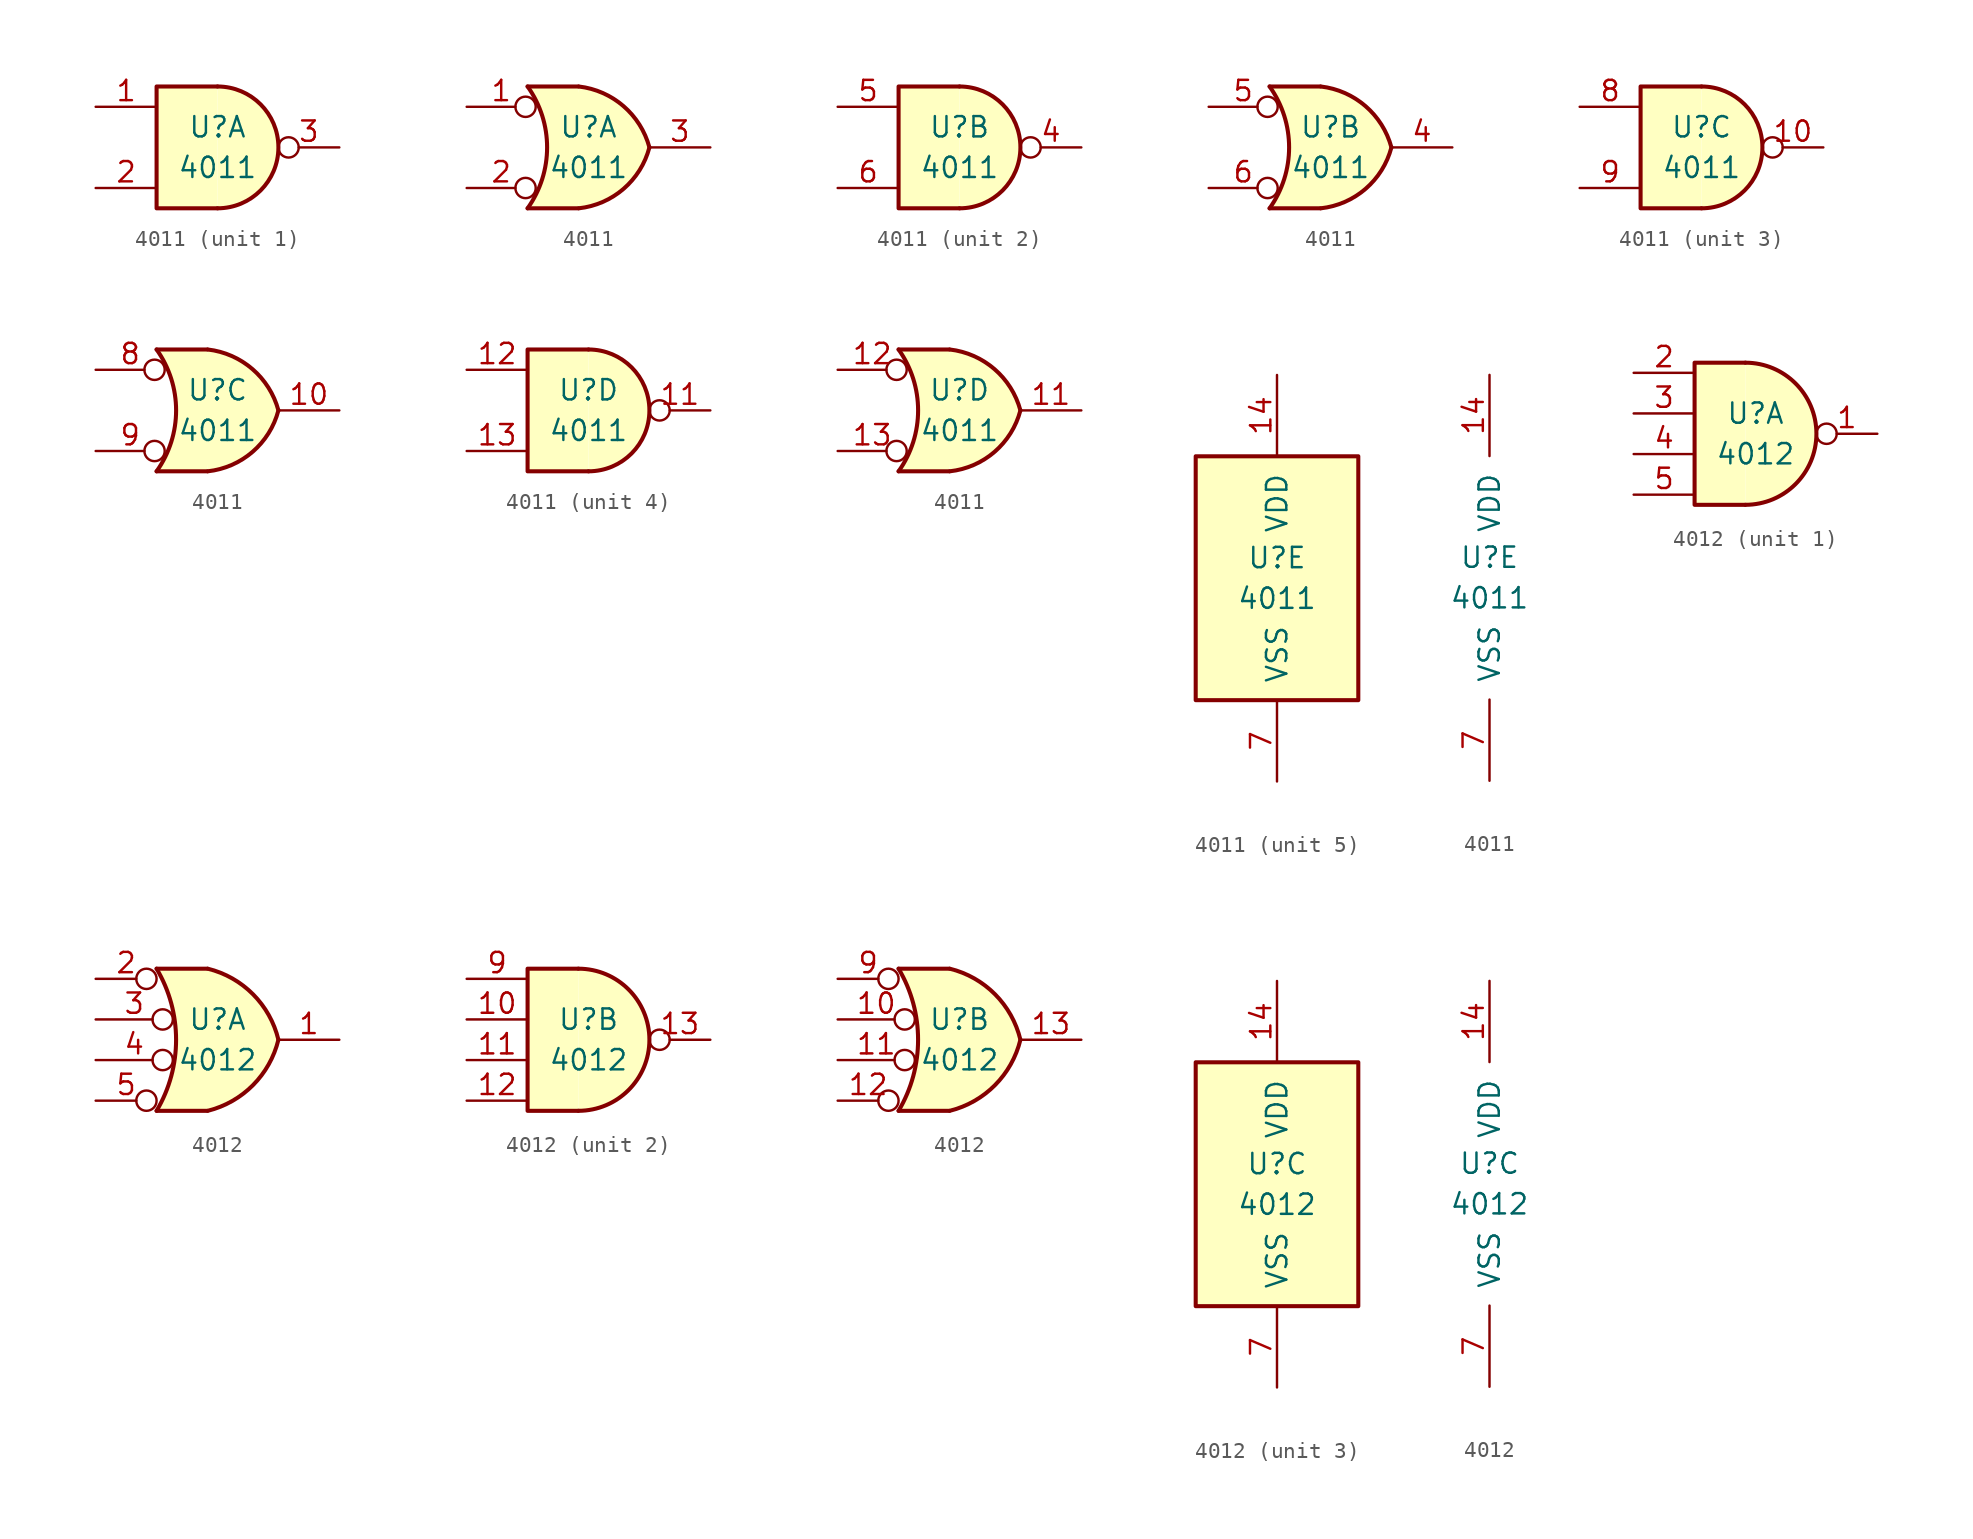
<source format=kicad_sym>
(kicad_symbol_lib
  (version 20201005)
  (generator kicad_symbol_editor)
  (symbol "4011"
    (pin_names
      (offset 1.016))
    (property "Reference" "U"
      (at 0 1.27 0)
      (effects (font (size 1.27 1.27))))
    (property "Value" "4011"
      (at 0 -1.27 0)
      (effects (font (size 1.27 1.27))))
    (property "ki_locked" ""
      (at 0 0 0)
      (effects (font (size 1.27 1.27))))
    (symbol "4011_1_1"
      (arc (start 0 -3.81) (end 0 3.81) (radius (at 0 0) (length 3.81) (angles -89.9 89.9)) (stroke (width 0.254)) (fill (type background)))
      (polyline (pts (xy 0 3.81) (xy -3.81 3.81) (xy -3.81 -3.81) (xy 0 -3.81)) (stroke (width 0.254)) (fill (type background)))
      (pin input line (at -7.62 2.54 0) (length 3.81) (name "~" (effects (font (size 1.27 1.27)))) (number "1" (effects (font (size 1.27 1.27)))))
      (pin input line (at -7.62 -2.54 0) (length 3.81) (name "~" (effects (font (size 1.27 1.27)))) (number "2" (effects (font (size 1.27 1.27)))))
      (pin output inverted (at 7.62 0 180) (length 3.81) (name "~" (effects (font (size 1.27 1.27)))) (number "3" (effects (font (size 1.27 1.27))))))
    (symbol "4011_1_2"
      (arc (start -3.81 3.81) (end -3.81 -3.81) (radius (at -9.144 0) (length 6.5532) (angles 35.4 -35.4)) (stroke (width 0.254)) (fill (type none)))
      (arc (start 3.81 0) (end -0.6096 3.81) (radius (at -1.1938 -1.3208) (length 5.1816) (angles 15 83.7)) (stroke (width 0.254)) (fill (type background)))
      (arc (start 3.81 0) (end -0.6096 -3.81) (radius (at -1.1938 1.3208) (length 5.1816) (angles -15 -83.7)) (stroke (width 0.254)) (fill (type background)))
      (polyline (pts (xy -3.81 -3.81) (xy -0.635 -3.81)) (stroke (width 0.254)) (fill (type background)))
      (polyline (pts (xy -3.81 3.81) (xy -0.635 3.81)) (stroke (width 0.254)) (fill (type background)))
      (polyline (pts (xy -0.635 3.81) (xy -3.81 3.81) (xy -3.81 3.81) (xy -3.556 3.404) (xy -3.023 2.261) (xy -2.692 1.041) (xy -2.616 -0.254) (xy -2.769 -1.499) (xy -3.175 -2.718) (xy -3.81 -3.81) (xy -3.81 -3.81) (xy -0.635 -3.81)) (stroke (width -25.4)) (fill (type background)))
      (pin input inverted (at -7.62 2.54 0) (length 4.318) (name "~" (effects (font (size 1.27 1.27)))) (number "1" (effects (font (size 1.27 1.27)))))
      (pin input inverted (at -7.62 -2.54 0) (length 4.318) (name "~" (effects (font (size 1.27 1.27)))) (number "2" (effects (font (size 1.27 1.27)))))
      (pin output line (at 7.62 0 180) (length 3.81) (name "~" (effects (font (size 1.27 1.27)))) (number "3" (effects (font (size 1.27 1.27))))))
    (symbol "4011_2_1"
      (arc (start 0 -3.81) (end 0 3.81) (radius (at 0 0) (length 3.81) (angles -89.9 89.9)) (stroke (width 0.254)) (fill (type background)))
      (polyline (pts (xy 0 3.81) (xy -3.81 3.81) (xy -3.81 -3.81) (xy 0 -3.81)) (stroke (width 0.254)) (fill (type background)))
      (pin output inverted (at 7.62 0 180) (length 3.81) (name "~" (effects (font (size 1.27 1.27)))) (number "4" (effects (font (size 1.27 1.27)))))
      (pin input line (at -7.62 2.54 0) (length 3.81) (name "~" (effects (font (size 1.27 1.27)))) (number "5" (effects (font (size 1.27 1.27)))))
      (pin input line (at -7.62 -2.54 0) (length 3.81) (name "~" (effects (font (size 1.27 1.27)))) (number "6" (effects (font (size 1.27 1.27))))))
    (symbol "4011_2_2"
      (arc (start -3.81 3.81) (end -3.81 -3.81) (radius (at -9.144 0) (length 6.5532) (angles 35.4 -35.4)) (stroke (width 0.254)) (fill (type none)))
      (arc (start 3.81 0) (end -0.6096 3.81) (radius (at -1.1938 -1.3208) (length 5.1816) (angles 15 83.7)) (stroke (width 0.254)) (fill (type background)))
      (arc (start 3.81 0) (end -0.6096 -3.81) (radius (at -1.1938 1.3208) (length 5.1816) (angles -15 -83.7)) (stroke (width 0.254)) (fill (type background)))
      (polyline (pts (xy -3.81 -3.81) (xy -0.635 -3.81)) (stroke (width 0.254)) (fill (type background)))
      (polyline (pts (xy -3.81 3.81) (xy -0.635 3.81)) (stroke (width 0.254)) (fill (type background)))
      (polyline (pts (xy -0.635 3.81) (xy -3.81 3.81) (xy -3.81 3.81) (xy -3.556 3.404) (xy -3.023 2.261) (xy -2.692 1.041) (xy -2.616 -0.254) (xy -2.769 -1.499) (xy -3.175 -2.718) (xy -3.81 -3.81) (xy -3.81 -3.81) (xy -0.635 -3.81)) (stroke (width -25.4)) (fill (type background)))
      (pin output line (at 7.62 0 180) (length 3.81) (name "~" (effects (font (size 1.27 1.27)))) (number "4" (effects (font (size 1.27 1.27)))))
      (pin input inverted (at -7.62 2.54 0) (length 4.318) (name "~" (effects (font (size 1.27 1.27)))) (number "5" (effects (font (size 1.27 1.27)))))
      (pin input inverted (at -7.62 -2.54 0) (length 4.318) (name "~" (effects (font (size 1.27 1.27)))) (number "6" (effects (font (size 1.27 1.27))))))
    (symbol "4011_3_1"
      (arc (start 0 -3.81) (end 0 3.81) (radius (at 0 0) (length 3.81) (angles -89.9 89.9)) (stroke (width 0.254)) (fill (type background)))
      (polyline (pts (xy 0 3.81) (xy -3.81 3.81) (xy -3.81 -3.81) (xy 0 -3.81)) (stroke (width 0.254)) (fill (type background)))
      (pin output inverted (at 7.62 0 180) (length 3.81) (name "~" (effects (font (size 1.27 1.27)))) (number "10" (effects (font (size 1.27 1.27)))))
      (pin input line (at -7.62 2.54 0) (length 3.81) (name "~" (effects (font (size 1.27 1.27)))) (number "8" (effects (font (size 1.27 1.27)))))
      (pin input line (at -7.62 -2.54 0) (length 3.81) (name "~" (effects (font (size 1.27 1.27)))) (number "9" (effects (font (size 1.27 1.27))))))
    (symbol "4011_3_2"
      (arc (start -3.81 3.81) (end -3.81 -3.81) (radius (at -9.144 0) (length 6.5532) (angles 35.4 -35.4)) (stroke (width 0.254)) (fill (type none)))
      (arc (start 3.81 0) (end -0.6096 3.81) (radius (at -1.1938 -1.3208) (length 5.1816) (angles 15 83.7)) (stroke (width 0.254)) (fill (type background)))
      (arc (start 3.81 0) (end -0.6096 -3.81) (radius (at -1.1938 1.3208) (length 5.1816) (angles -15 -83.7)) (stroke (width 0.254)) (fill (type background)))
      (polyline (pts (xy -3.81 -3.81) (xy -0.635 -3.81)) (stroke (width 0.254)) (fill (type background)))
      (polyline (pts (xy -3.81 3.81) (xy -0.635 3.81)) (stroke (width 0.254)) (fill (type background)))
      (polyline (pts (xy -0.635 3.81) (xy -3.81 3.81) (xy -3.81 3.81) (xy -3.556 3.404) (xy -3.023 2.261) (xy -2.692 1.041) (xy -2.616 -0.254) (xy -2.769 -1.499) (xy -3.175 -2.718) (xy -3.81 -3.81) (xy -3.81 -3.81) (xy -0.635 -3.81)) (stroke (width -25.4)) (fill (type background)))
      (pin output line (at 7.62 0 180) (length 3.81) (name "~" (effects (font (size 1.27 1.27)))) (number "10" (effects (font (size 1.27 1.27)))))
      (pin input inverted (at -7.62 2.54 0) (length 4.318) (name "~" (effects (font (size 1.27 1.27)))) (number "8" (effects (font (size 1.27 1.27)))))
      (pin input inverted (at -7.62 -2.54 0) (length 4.318) (name "~" (effects (font (size 1.27 1.27)))) (number "9" (effects (font (size 1.27 1.27))))))
    (symbol "4011_4_1"
      (arc (start 0 -3.81) (end 0 3.81) (radius (at 0 0) (length 3.81) (angles -89.9 89.9)) (stroke (width 0.254)) (fill (type background)))
      (polyline (pts (xy 0 3.81) (xy -3.81 3.81) (xy -3.81 -3.81) (xy 0 -3.81)) (stroke (width 0.254)) (fill (type background)))
      (pin output inverted (at 7.62 0 180) (length 3.81) (name "~" (effects (font (size 1.27 1.27)))) (number "11" (effects (font (size 1.27 1.27)))))
      (pin input line (at -7.62 2.54 0) (length 3.81) (name "~" (effects (font (size 1.27 1.27)))) (number "12" (effects (font (size 1.27 1.27)))))
      (pin input line (at -7.62 -2.54 0) (length 3.81) (name "~" (effects (font (size 1.27 1.27)))) (number "13" (effects (font (size 1.27 1.27))))))
    (symbol "4011_4_2"
      (arc (start -3.81 3.81) (end -3.81 -3.81) (radius (at -9.144 0) (length 6.5532) (angles 35.4 -35.4)) (stroke (width 0.254)) (fill (type none)))
      (arc (start 3.81 0) (end -0.6096 3.81) (radius (at -1.1938 -1.3208) (length 5.1816) (angles 15 83.7)) (stroke (width 0.254)) (fill (type background)))
      (arc (start 3.81 0) (end -0.6096 -3.81) (radius (at -1.1938 1.3208) (length 5.1816) (angles -15 -83.7)) (stroke (width 0.254)) (fill (type background)))
      (polyline (pts (xy -3.81 -3.81) (xy -0.635 -3.81)) (stroke (width 0.254)) (fill (type background)))
      (polyline (pts (xy -3.81 3.81) (xy -0.635 3.81)) (stroke (width 0.254)) (fill (type background)))
      (polyline (pts (xy -0.635 3.81) (xy -3.81 3.81) (xy -3.81 3.81) (xy -3.556 3.404) (xy -3.023 2.261) (xy -2.692 1.041) (xy -2.616 -0.254) (xy -2.769 -1.499) (xy -3.175 -2.718) (xy -3.81 -3.81) (xy -3.81 -3.81) (xy -0.635 -3.81)) (stroke (width -25.4)) (fill (type background)))
      (pin output line (at 7.62 0 180) (length 3.81) (name "~" (effects (font (size 1.27 1.27)))) (number "11" (effects (font (size 1.27 1.27)))))
      (pin input inverted (at -7.62 2.54 0) (length 4.318) (name "~" (effects (font (size 1.27 1.27)))) (number "12" (effects (font (size 1.27 1.27)))))
      (pin input inverted (at -7.62 -2.54 0) (length 4.318) (name "~" (effects (font (size 1.27 1.27)))) (number "13" (effects (font (size 1.27 1.27))))))
    (symbol "4011_5_0"
      (pin power_in line (at 0 12.7 270) (length 5.08) (name "VDD" (effects (font (size 1.27 1.27)))) (number "14" (effects (font (size 1.27 1.27)))))
      (pin power_in line (at 0 -12.7 90) (length 5.08) (name "VSS" (effects (font (size 1.27 1.27)))) (number "7" (effects (font (size 1.27 1.27))))))
    (symbol "4011_5_1"
      (rectangle (start -5.08 7.62) (end 5.08 -7.62) (stroke (width 0.254)) (fill (type background)))))
  (symbol "4012"
    (pin_names
      (offset 1.016))
    (property "Reference" "U"
      (at 0 1.27 0)
      (effects (font (size 1.27 1.27))))
    (property "Value" "4012"
      (at 0 -1.27 0)
      (effects (font (size 1.27 1.27))))
    (property "ki_locked" ""
      (at 0 0 0)
      (effects (font (size 1.27 1.27))))
    (symbol "4012_1_1"
      (arc (start -0.635 -4.445) (end -0.635 4.445) (radius (at -0.635 0) (length 4.445) (angles -89.9 89.9)) (stroke (width 0.254)) (fill (type background)))
      (polyline (pts (xy -0.635 4.445) (xy -3.81 4.445) (xy -3.81 -4.445) (xy -0.635 -4.445)) (stroke (width 0.254)) (fill (type background)))
      (pin output inverted (at 7.62 0 180) (length 3.81) (name "~" (effects (font (size 1.27 1.27)))) (number "1" (effects (font (size 1.27 1.27)))))
      (pin input line (at -7.62 3.81 0) (length 3.81) (name "~" (effects (font (size 1.27 1.27)))) (number "2" (effects (font (size 1.27 1.27)))))
      (pin input line (at -7.62 1.27 0) (length 3.81) (name "~" (effects (font (size 1.27 1.27)))) (number "3" (effects (font (size 1.27 1.27)))))
      (pin input line (at -7.62 -1.27 0) (length 3.81) (name "~" (effects (font (size 1.27 1.27)))) (number "4" (effects (font (size 1.27 1.27)))))
      (pin input line (at -7.62 -3.81 0) (length 3.81) (name "~" (effects (font (size 1.27 1.27)))) (number "5" (effects (font (size 1.27 1.27))))))
    (symbol "4012_1_2"
      (arc (start -3.81 4.445) (end -3.81 -4.445) (radius (at -11.303 0) (length 8.7122) (angles 30.6 -30.6)) (stroke (width 0.254)) (fill (type none)))
      (arc (start 3.81 0) (end -0.6096 4.445) (radius (at -2.0574 -1.4224) (length 6.0452) (angles 13.7 76.8)) (stroke (width 0.254)) (fill (type background)))
      (arc (start 3.81 0) (end -0.6096 -4.445) (radius (at -2.0574 1.4224) (length 6.0452) (angles -13.7 -76.8)) (stroke (width 0.254)) (fill (type background)))
      (polyline (pts (xy -3.81 -4.445) (xy -0.635 -4.445)) (stroke (width 0.254)) (fill (type background)))
      (polyline (pts (xy -3.81 4.445) (xy -0.635 4.445)) (stroke (width 0.254)) (fill (type background)))
      (polyline (pts (xy -0.635 4.445) (xy -3.81 4.445) (xy -3.81 4.445) (xy -3.632 4.089) (xy -3.099 2.921) (xy -2.769 1.676) (xy -2.616 0.432) (xy -2.642 -0.864) (xy -2.87 -2.108) (xy -3.251 -3.327) (xy -3.81 -4.445) (xy -3.81 -4.445) (xy -0.635 -4.445)) (stroke (width -25.4)) (fill (type background)))
      (pin output line (at 7.62 0 180) (length 3.81) (name "~" (effects (font (size 1.27 1.27)))) (number "1" (effects (font (size 1.27 1.27)))))
      (pin input inverted (at -7.62 3.81 0) (length 3.81) (name "~" (effects (font (size 1.27 1.27)))) (number "2" (effects (font (size 1.27 1.27)))))
      (pin input inverted (at -7.62 1.27 0) (length 4.826) (name "~" (effects (font (size 1.27 1.27)))) (number "3" (effects (font (size 1.27 1.27)))))
      (pin input inverted (at -7.62 -1.27 0) (length 4.826) (name "~" (effects (font (size 1.27 1.27)))) (number "4" (effects (font (size 1.27 1.27)))))
      (pin input inverted (at -7.62 -3.81 0) (length 3.81) (name "~" (effects (font (size 1.27 1.27)))) (number "5" (effects (font (size 1.27 1.27))))))
    (symbol "4012_2_1"
      (arc (start -0.635 -4.445) (end -0.635 4.445) (radius (at -0.635 0) (length 4.445) (angles -89.9 89.9)) (stroke (width 0.254)) (fill (type background)))
      (polyline (pts (xy -0.635 4.445) (xy -3.81 4.445) (xy -3.81 -4.445) (xy -0.635 -4.445)) (stroke (width 0.254)) (fill (type background)))
      (pin input line (at -7.62 1.27 0) (length 3.81) (name "~" (effects (font (size 1.27 1.27)))) (number "10" (effects (font (size 1.27 1.27)))))
      (pin input line (at -7.62 -1.27 0) (length 3.81) (name "~" (effects (font (size 1.27 1.27)))) (number "11" (effects (font (size 1.27 1.27)))))
      (pin input line (at -7.62 -3.81 0) (length 3.81) (name "~" (effects (font (size 1.27 1.27)))) (number "12" (effects (font (size 1.27 1.27)))))
      (pin output inverted (at 7.62 0 180) (length 3.81) (name "~" (effects (font (size 1.27 1.27)))) (number "13" (effects (font (size 1.27 1.27)))))
      (pin input line (at -7.62 3.81 0) (length 3.81) (name "~" (effects (font (size 1.27 1.27)))) (number "9" (effects (font (size 1.27 1.27))))))
    (symbol "4012_2_2"
      (arc (start -3.81 4.445) (end -3.81 -4.445) (radius (at -11.303 0) (length 8.7122) (angles 30.6 -30.6)) (stroke (width 0.254)) (fill (type none)))
      (arc (start 3.81 0) (end -0.6096 4.445) (radius (at -2.0574 -1.4224) (length 6.0452) (angles 13.7 76.8)) (stroke (width 0.254)) (fill (type background)))
      (arc (start 3.81 0) (end -0.6096 -4.445) (radius (at -2.0574 1.4224) (length 6.0452) (angles -13.7 -76.8)) (stroke (width 0.254)) (fill (type background)))
      (polyline (pts (xy -3.81 -4.445) (xy -0.635 -4.445)) (stroke (width 0.254)) (fill (type background)))
      (polyline (pts (xy -3.81 4.445) (xy -0.635 4.445)) (stroke (width 0.254)) (fill (type background)))
      (polyline (pts (xy -0.635 4.445) (xy -3.81 4.445) (xy -3.81 4.445) (xy -3.632 4.089) (xy -3.099 2.921) (xy -2.769 1.676) (xy -2.616 0.432) (xy -2.642 -0.864) (xy -2.87 -2.108) (xy -3.251 -3.327) (xy -3.81 -4.445) (xy -3.81 -4.445) (xy -0.635 -4.445)) (stroke (width -25.4)) (fill (type background)))
      (pin input inverted (at -7.62 1.27 0) (length 4.826) (name "~" (effects (font (size 1.27 1.27)))) (number "10" (effects (font (size 1.27 1.27)))))
      (pin input inverted (at -7.62 -1.27 0) (length 4.826) (name "~" (effects (font (size 1.27 1.27)))) (number "11" (effects (font (size 1.27 1.27)))))
      (pin input inverted (at -7.62 -3.81 0) (length 3.81) (name "~" (effects (font (size 1.27 1.27)))) (number "12" (effects (font (size 1.27 1.27)))))
      (pin output line (at 7.62 0 180) (length 3.81) (name "~" (effects (font (size 1.27 1.27)))) (number "13" (effects (font (size 1.27 1.27)))))
      (pin input inverted (at -7.62 3.81 0) (length 3.81) (name "~" (effects (font (size 1.27 1.27)))) (number "9" (effects (font (size 1.27 1.27))))))
    (symbol "4012_3_0"
      (pin power_in line (at 0 12.7 270) (length 5.08) (name "VDD" (effects (font (size 1.27 1.27)))) (number "14" (effects (font (size 1.27 1.27)))))
      (pin power_in line (at 0 -12.7 90) (length 5.08) (name "VSS" (effects (font (size 1.27 1.27)))) (number "7" (effects (font (size 1.27 1.27))))))
    (symbol "4012_3_1"
      (rectangle (start -5.08 7.62) (end 5.08 -7.62) (stroke (width 0.254)) (fill (type background))))))
</source>
